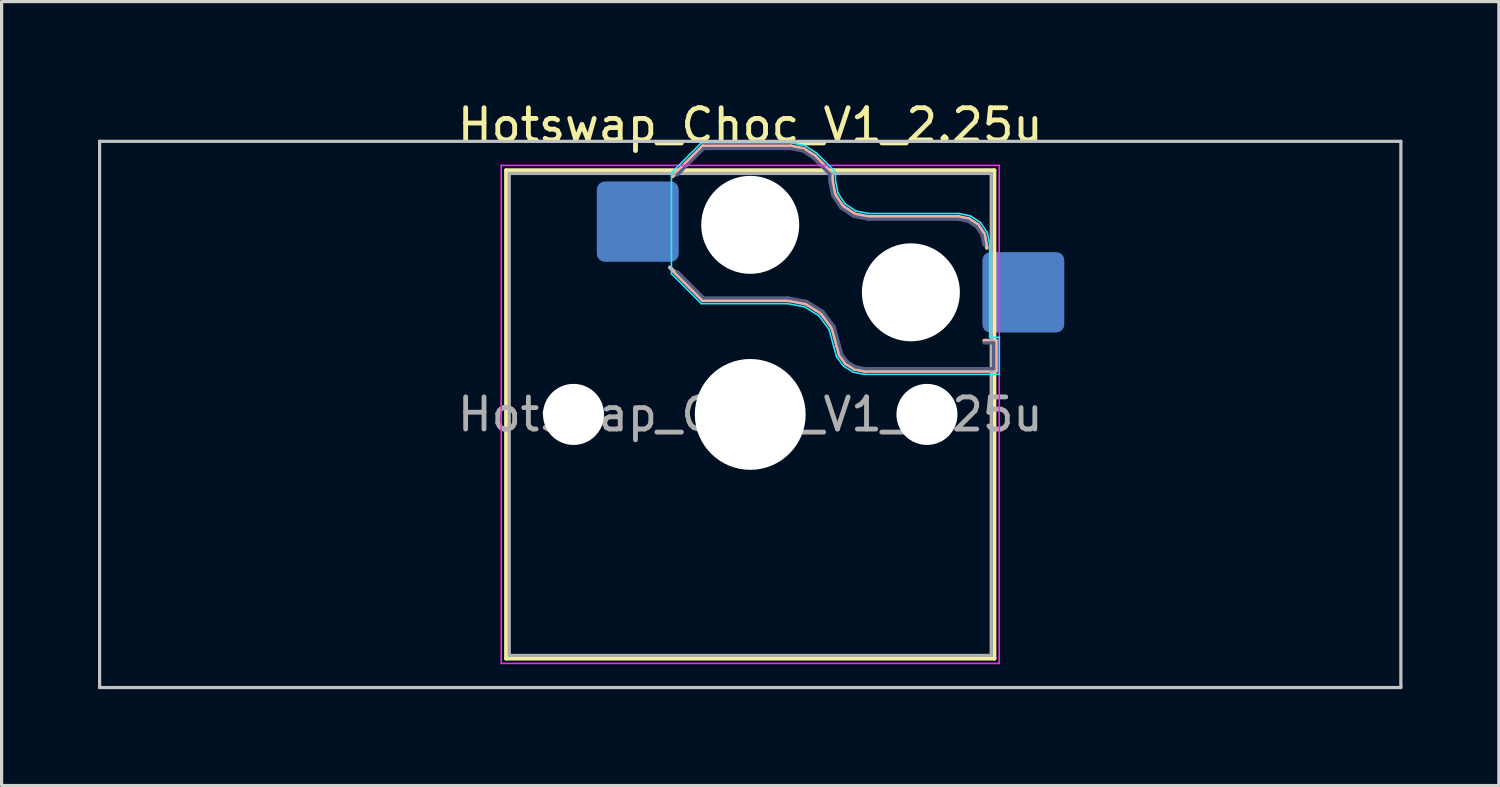
<source format=kicad_pcb>
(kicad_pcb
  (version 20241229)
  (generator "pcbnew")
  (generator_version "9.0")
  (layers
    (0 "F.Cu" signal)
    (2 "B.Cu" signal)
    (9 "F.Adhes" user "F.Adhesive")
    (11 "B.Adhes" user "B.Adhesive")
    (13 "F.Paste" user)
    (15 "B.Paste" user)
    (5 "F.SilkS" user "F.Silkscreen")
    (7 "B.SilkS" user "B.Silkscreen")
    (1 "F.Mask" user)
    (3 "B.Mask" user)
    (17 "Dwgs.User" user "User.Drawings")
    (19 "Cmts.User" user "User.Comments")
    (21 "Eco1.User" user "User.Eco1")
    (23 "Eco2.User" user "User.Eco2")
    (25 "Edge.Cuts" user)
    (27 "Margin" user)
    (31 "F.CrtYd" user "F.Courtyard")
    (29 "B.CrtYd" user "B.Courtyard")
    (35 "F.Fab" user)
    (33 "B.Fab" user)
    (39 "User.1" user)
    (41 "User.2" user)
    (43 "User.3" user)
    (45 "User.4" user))
  (footprint "Hotswap_Choc_V1_2.25u"
    (layer "F.Cu")
    (at 20.3 9.848)
    (property "Reference" "Hotswap_Choc_V1_2.25u" (at 0 -9 0) (layer "F.SilkS") (effects (font (size 1 1) (thickness 0.15))))
    (attr smd)
    (fp_line (start -7.6 -7.6) (end -7.6 7.6) (stroke (width 0.12) (type solid)) (layer "F.SilkS"))
    (fp_line (start -7.6 7.6) (end 7.6 7.6) (stroke (width 0.12) (type solid)) (layer "F.SilkS"))
    (fp_line (start 7.6 -7.6) (end -7.6 -7.6) (stroke (width 0.12) (type solid)) (layer "F.SilkS"))
    (fp_line (start 7.6 7.6) (end 7.6 -7.6) (stroke (width 0.12) (type solid)) (layer "F.SilkS"))
    (fp_line (start -2.416 -7.409) (end -1.479 -8.346) (stroke (width 0.12) (type solid)) (layer "B.SilkS"))
    (fp_line (start -1.479 -8.346) (end 1.268 -8.346) (stroke (width 0.12) (type solid)) (layer "B.SilkS"))
    (fp_line (start -1.479 -3.554) (end -2.5 -4.575) (stroke (width 0.12) (type solid)) (layer "B.SilkS"))
    (fp_line (start 1.168 -3.554) (end -1.479 -3.554) (stroke (width 0.12) (type solid)) (layer "B.SilkS"))
    (fp_line (start 1.268 -8.346) (end 1.671 -8.266) (stroke (width 0.12) (type solid)) (layer "B.SilkS"))
    (fp_line (start 1.671 -8.266) (end 2.013 -8.037) (stroke (width 0.12) (type solid)) (layer "B.SilkS"))
    (fp_line (start 1.73 -3.449) (end 1.168 -3.554) (stroke (width 0.12) (type solid)) (layer "B.SilkS"))
    (fp_line (start 2.013 -8.037) (end 2.546 -7.504) (stroke (width 0.12) (type solid)) (layer "B.SilkS"))
    (fp_line (start 2.209 -3.15) (end 1.73 -3.449) (stroke (width 0.12) (type solid)) (layer "B.SilkS"))
    (fp_line (start 2.546 -7.504) (end 2.546 -7.282) (stroke (width 0.12) (type solid)) (layer "B.SilkS"))
    (fp_line (start 2.546 -7.282) (end 2.633 -6.844) (stroke (width 0.12) (type solid)) (layer "B.SilkS"))
    (fp_line (start 2.547 -2.697) (end 2.209 -3.15) (stroke (width 0.12) (type solid)) (layer "B.SilkS"))
    (fp_line (start 2.633 -6.844) (end 2.877 -6.477) (stroke (width 0.12) (type solid)) (layer "B.SilkS"))
    (fp_line (start 2.701 -2.139) (end 2.547 -2.697) (stroke (width 0.12) (type solid)) (layer "B.SilkS"))
    (fp_line (start 2.783 -1.841) (end 2.701 -2.139) (stroke (width 0.12) (type solid)) (layer "B.SilkS"))
    (fp_line (start 2.877 -6.477) (end 3.244 -6.233) (stroke (width 0.12) (type solid)) (layer "B.SilkS"))
    (fp_line (start 2.976 -1.583) (end 2.783 -1.841) (stroke (width 0.12) (type solid)) (layer "B.SilkS"))
    (fp_line (start 3.244 -6.233) (end 3.682 -6.146) (stroke (width 0.12) (type solid)) (layer "B.SilkS"))
    (fp_line (start 3.25 -1.413) (end 2.976 -1.583) (stroke (width 0.12) (type solid)) (layer "B.SilkS"))
    (fp_line (start 3.56 -1.354) (end 3.25 -1.413) (stroke (width 0.12) (type solid)) (layer "B.SilkS"))
    (fp_line (start 3.682 -6.146) (end 6.482 -6.146) (stroke (width 0.12) (type solid)) (layer "B.SilkS"))
    (fp_line (start 6.482 -6.146) (end 6.809 -6.081) (stroke (width 0.12) (type solid)) (layer "B.SilkS"))
    (fp_line (start 6.809 -6.081) (end 7.092 -5.892) (stroke (width 0.12) (type solid)) (layer "B.SilkS"))
    (fp_line (start 7.092 -5.892) (end 7.281 -5.609) (stroke (width 0.12) (type solid)) (layer "B.SilkS"))
    (fp_line (start 7.281 -5.609) (end 7.366 -5.182) (stroke (width 0.12) (type solid)) (layer "B.SilkS"))
    (fp_line (start 7.283 -2.296) (end 7.646 -2.296) (stroke (width 0.12) (type solid)) (layer "B.SilkS"))
    (fp_line (start 7.646 -2.296) (end 7.646 -1.354) (stroke (width 0.12) (type solid)) (layer "B.SilkS"))
    (fp_line (start 7.646 -1.354) (end 3.56 -1.354) (stroke (width 0.12) (type solid)) (layer "B.SilkS"))
    (fp_line (start -20.25 -8.5) (end -20.25 8.5) (stroke (width 0.1) (type solid)) (layer "Dwgs.User"))
    (fp_line (start -20.25 8.5) (end 20.25 8.5) (stroke (width 0.1) (type solid)) (layer "Dwgs.User"))
    (fp_line (start 20.25 -8.5) (end -20.25 -8.5) (stroke (width 0.1) (type solid)) (layer "Dwgs.User"))
    (fp_line (start 20.25 8.5) (end 20.25 -8.5) (stroke (width 0.1) (type solid)) (layer "Dwgs.User"))
    (fp_line (start -7.25 -7.25) (end -7.25 7.25) (stroke (width 0.1) (type solid)) (layer "Eco1.User"))
    (fp_line (start -7.25 7.25) (end 7.25 7.25) (stroke (width 0.1) (type solid)) (layer "Eco1.User"))
    (fp_line (start 7.25 -7.25) (end -7.25 -7.25) (stroke (width 0.1) (type solid)) (layer "Eco1.User"))
    (fp_line (start 7.25 7.25) (end 7.25 -7.25) (stroke (width 0.1) (type solid)) (layer "Eco1.User"))
    (fp_line (start -2.452 -7.523) (end -1.523 -8.452) (stroke (width 0.05) (type solid)) (layer "B.CrtYd"))
    (fp_line (start -2.452 -4.377) (end -2.452 -7.523) (stroke (width 0.05) (type solid)) (layer "B.CrtYd"))
    (fp_line (start -1.523 -8.452) (end 1.278 -8.452) (stroke (width 0.05) (type solid)) (layer "B.CrtYd"))
    (fp_line (start -1.523 -3.448) (end -2.452 -4.377) (stroke (width 0.05) (type solid)) (layer "B.CrtYd"))
    (fp_line (start 1.159 -3.448) (end -1.523 -3.448) (stroke (width 0.05) (type solid)) (layer "B.CrtYd"))
    (fp_line (start 1.278 -8.452) (end 1.712 -8.366) (stroke (width 0.05) (type solid)) (layer "B.CrtYd"))
    (fp_line (start 1.691 -3.348) (end 1.159 -3.448) (stroke (width 0.05) (type solid)) (layer "B.CrtYd"))
    (fp_line (start 1.712 -8.366) (end 2.081 -8.119) (stroke (width 0.05) (type solid)) (layer "B.CrtYd"))
    (fp_line (start 2.081 -8.119) (end 2.652 -7.548) (stroke (width 0.05) (type solid)) (layer "B.CrtYd"))
    (fp_line (start 2.136 -3.071) (end 1.691 -3.348) (stroke (width 0.05) (type solid)) (layer "B.CrtYd"))
    (fp_line (start 2.45 -2.65) (end 2.136 -3.071) (stroke (width 0.05) (type solid)) (layer "B.CrtYd"))
    (fp_line (start 2.599 -2.111) (end 2.45 -2.65) (stroke (width 0.05) (type solid)) (layer "B.CrtYd"))
    (fp_line (start 2.652 -7.548) (end 2.652 -7.292) (stroke (width 0.05) (type solid)) (layer "B.CrtYd"))
    (fp_line (start 2.652 -7.292) (end 2.733 -6.885) (stroke (width 0.05) (type solid)) (layer "B.CrtYd"))
    (fp_line (start 2.687 -1.794) (end 2.599 -2.111) (stroke (width 0.05) (type solid)) (layer "B.CrtYd"))
    (fp_line (start 2.733 -6.885) (end 2.953 -6.553) (stroke (width 0.05) (type solid)) (layer "B.CrtYd"))
    (fp_line (start 2.903 -1.503) (end 2.687 -1.794) (stroke (width 0.05) (type solid)) (layer "B.CrtYd"))
    (fp_line (start 2.953 -6.553) (end 3.285 -6.333) (stroke (width 0.05) (type solid)) (layer "B.CrtYd"))
    (fp_line (start 3.211 -1.312) (end 2.903 -1.503) (stroke (width 0.05) (type solid)) (layer "B.CrtYd"))
    (fp_line (start 3.285 -6.333) (end 3.692 -6.252) (stroke (width 0.05) (type solid)) (layer "B.CrtYd"))
    (fp_line (start 3.55 -1.248) (end 3.211 -1.312) (stroke (width 0.05) (type solid)) (layer "B.CrtYd"))
    (fp_line (start 3.692 -6.252) (end 6.492 -6.252) (stroke (width 0.05) (type solid)) (layer "B.CrtYd"))
    (fp_line (start 6.492 -6.252) (end 6.85 -6.181) (stroke (width 0.05) (type solid)) (layer "B.CrtYd"))
    (fp_line (start 6.85 -6.181) (end 7.168 -5.968) (stroke (width 0.05) (type solid)) (layer "B.CrtYd"))
    (fp_line (start 7.168 -5.968) (end 7.381 -5.65) (stroke (width 0.05) (type solid)) (layer "B.CrtYd"))
    (fp_line (start 7.381 -5.65) (end 7.452 -5.292) (stroke (width 0.05) (type solid)) (layer "B.CrtYd"))
    (fp_line (start 7.452 -5.292) (end 7.452 -2.402) (stroke (width 0.05) (type solid)) (layer "B.CrtYd"))
    (fp_line (start 7.452 -2.402) (end 7.752 -2.402) (stroke (width 0.05) (type solid)) (layer "B.CrtYd"))
    (fp_line (start 7.752 -2.402) (end 7.752 -1.248) (stroke (width 0.05) (type solid)) (layer "B.CrtYd"))
    (fp_line (start 7.752 -1.248) (end 3.55 -1.248) (stroke (width 0.05) (type solid)) (layer "B.CrtYd"))
    (fp_line (start -7.75 -7.75) (end -7.75 7.75) (stroke (width 0.05) (type solid)) (layer "F.CrtYd"))
    (fp_line (start -7.75 7.75) (end 7.75 7.75) (stroke (width 0.05) (type solid)) (layer "F.CrtYd"))
    (fp_line (start 7.75 -7.75) (end -7.75 -7.75) (stroke (width 0.05) (type solid)) (layer "F.CrtYd"))
    (fp_line (start 7.75 7.75) (end 7.75 -7.75) (stroke (width 0.05) (type solid)) (layer "F.CrtYd"))
    (fp_line (start -2.275 -7.45) (end -1.45 -8.275) (stroke (width 0.1) (type solid)) (layer "B.Fab"))
    (fp_line (start -1.45 -8.275) (end 1.261 -8.275) (stroke (width 0.1) (type solid)) (layer "B.Fab"))
    (fp_line (start -1.45 -3.625) (end -2.275 -4.45) (stroke (width 0.1) (type solid)) (layer "B.Fab"))
    (fp_line (start 1.175 -3.625) (end -1.45 -3.625) (stroke (width 0.1) (type solid)) (layer "B.Fab"))
    (fp_line (start 1.261 -8.275) (end 1.643 -8.199) (stroke (width 0.1) (type solid)) (layer "B.Fab"))
    (fp_line (start 1.643 -8.199) (end 1.968 -7.982) (stroke (width 0.1) (type solid)) (layer "B.Fab"))
    (fp_line (start 1.756 -3.516) (end 1.175 -3.625) (stroke (width 0.1) (type solid)) (layer "B.Fab"))
    (fp_line (start 1.968 -7.982) (end 2.475 -7.475) (stroke (width 0.1) (type solid)) (layer "B.Fab"))
    (fp_line (start 2.258 -3.203) (end 1.756 -3.516) (stroke (width 0.1) (type solid)) (layer "B.Fab"))
    (fp_line (start 2.475 -7.475) (end 2.475 -7.275) (stroke (width 0.1) (type solid)) (layer "B.Fab"))
    (fp_line (start 2.475 -7.275) (end 2.566 -6.816) (stroke (width 0.1) (type solid)) (layer "B.Fab"))
    (fp_line (start 2.566 -6.816) (end 2.826 -6.426) (stroke (width 0.1) (type solid)) (layer "B.Fab"))
    (fp_line (start 2.612 -2.729) (end 2.258 -3.203) (stroke (width 0.1) (type solid)) (layer "B.Fab"))
    (fp_line (start 2.769 -2.158) (end 2.612 -2.729) (stroke (width 0.1) (type solid)) (layer "B.Fab"))
    (fp_line (start 2.826 -6.426) (end 3.216 -6.166) (stroke (width 0.1) (type solid)) (layer "B.Fab"))
    (fp_line (start 2.848 -1.873) (end 2.769 -2.158) (stroke (width 0.1) (type solid)) (layer "B.Fab"))
    (fp_line (start 3.025 -1.636) (end 2.848 -1.873) (stroke (width 0.1) (type solid)) (layer "B.Fab"))
    (fp_line (start 3.216 -6.166) (end 3.675 -6.075) (stroke (width 0.1) (type solid)) (layer "B.Fab"))
    (fp_line (start 3.276 -1.48) (end 3.025 -1.636) (stroke (width 0.1) (type solid)) (layer "B.Fab"))
    (fp_line (start 3.567 -1.425) (end 3.276 -1.48) (stroke (width 0.1) (type solid)) (layer "B.Fab"))
    (fp_line (start 3.675 -6.075) (end 6.475 -6.075) (stroke (width 0.1) (type solid)) (layer "B.Fab"))
    (fp_line (start 6.475 -6.075) (end 6.781 -6.014) (stroke (width 0.1) (type solid)) (layer "B.Fab"))
    (fp_line (start 6.781 -6.014) (end 7.041 -5.841) (stroke (width 0.1) (type solid)) (layer "B.Fab"))
    (fp_line (start 7.041 -5.841) (end 7.214 -5.581) (stroke (width 0.1) (type solid)) (layer "B.Fab"))
    (fp_line (start 7.214 -5.581) (end 7.275 -5.275) (stroke (width 0.1) (type solid)) (layer "B.Fab"))
    (fp_line (start 7.275 -2.225) (end 7.575 -2.225) (stroke (width 0.1) (type solid)) (layer "B.Fab"))
    (fp_line (start 7.575 -2.225) (end 7.575 -1.425) (stroke (width 0.1) (type solid)) (layer "B.Fab"))
    (fp_line (start 7.575 -1.425) (end 3.567 -1.425) (stroke (width 0.1) (type solid)) (layer "B.Fab"))
    (fp_line (start -7.5 -7.5) (end -7.5 7.5) (stroke (width 0.1) (type solid)) (layer "F.Fab"))
    (fp_line (start -7.5 7.5) (end 7.5 7.5) (stroke (width 0.1) (type solid)) (layer "F.Fab"))
    (fp_line (start 7.5 -7.5) (end -7.5 -7.5) (stroke (width 0.1) (type solid)) (layer "F.Fab"))
    (fp_line (start 7.5 7.5) (end 7.5 -7.5) (stroke (width 0.1) (type solid)) (layer "F.Fab"))
    (fp_text user "${REFERENCE}" (at 0 0 0) (layer "F.Fab") (effects (font (size 1 1) (thickness 0.15))))
    (pad "" np_thru_hole circle (at -5.5 0) (size 1.9 1.9) (drill 1.9) (layers "*.Cu" "*.Mask"))
    (pad "" np_thru_hole circle (at 0 -5.9) (size 3.05 3.05) (drill 3.05) (layers "*.Cu" "*.Mask"))
    (pad "" np_thru_hole circle (at 0 0) (size 3.45 3.45) (drill 3.45) (layers "*.Cu" "*.Mask"))
    (pad "" np_thru_hole circle (at 5 -3.8) (size 3.05 3.05) (drill 3.05) (layers "*.Cu" "*.Mask"))
    (pad "" np_thru_hole circle (at 5.5 0) (size 1.9 1.9) (drill 1.9) (layers "*.Cu" "*.Mask"))
    (pad "1" smd roundrect (at -3.5 -6) (size 2.55 2.5) (layers "B.Cu" "B.Mask" "B.Paste") (roundrect_rratio 0.1))
    (pad "2" smd roundrect (at 8.5 -3.8) (size 2.55 2.5) (layers "B.Cu" "B.Mask" "B.Paste") (roundrect_rratio 0.1)))
  (gr_rect
    (start -3 -3)
    (end 43.6 21.398)
    (stroke (width 0.1) (type default))
    (fill no)
    (layer "Edge.Cuts")))
</source>
